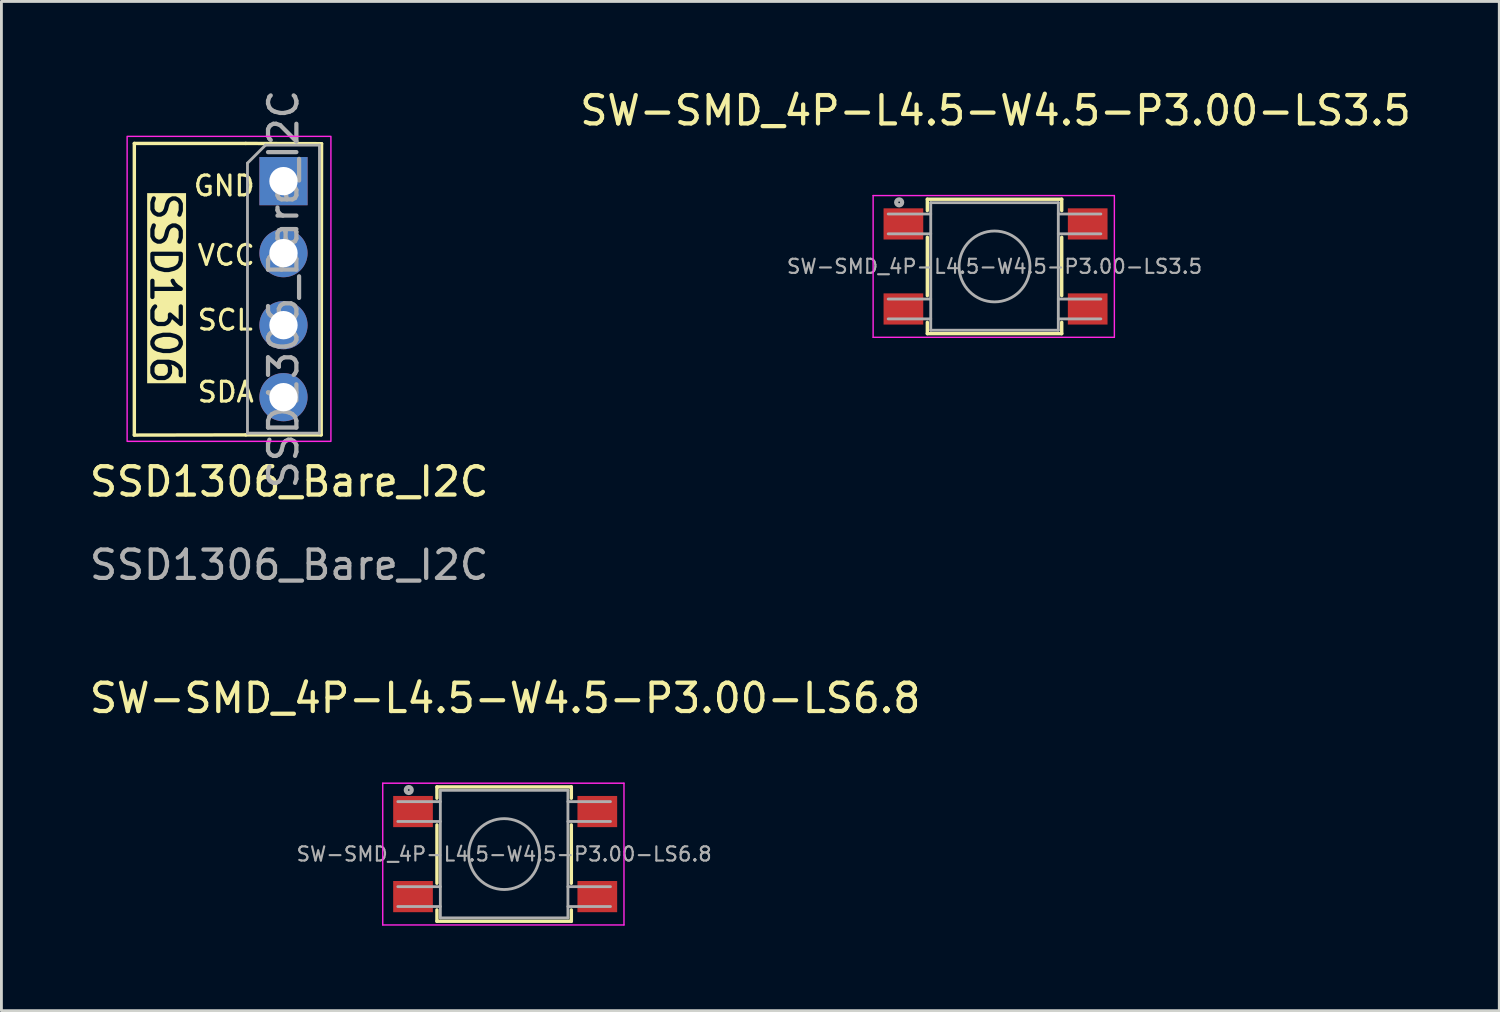
<source format=kicad_pcb>
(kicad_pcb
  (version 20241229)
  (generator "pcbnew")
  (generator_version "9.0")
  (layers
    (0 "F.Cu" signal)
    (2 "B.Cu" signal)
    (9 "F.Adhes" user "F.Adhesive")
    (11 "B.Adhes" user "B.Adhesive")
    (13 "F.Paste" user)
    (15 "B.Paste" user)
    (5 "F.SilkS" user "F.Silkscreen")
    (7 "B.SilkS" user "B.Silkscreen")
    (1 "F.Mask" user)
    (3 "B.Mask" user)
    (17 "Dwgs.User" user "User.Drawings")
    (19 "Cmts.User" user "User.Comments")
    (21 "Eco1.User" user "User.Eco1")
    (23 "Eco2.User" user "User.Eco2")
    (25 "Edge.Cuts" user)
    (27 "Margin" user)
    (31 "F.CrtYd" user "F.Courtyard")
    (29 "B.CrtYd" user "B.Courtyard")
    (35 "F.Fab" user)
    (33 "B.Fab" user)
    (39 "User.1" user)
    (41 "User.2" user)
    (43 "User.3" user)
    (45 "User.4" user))
  (footprint "SSD1306_Bare_I2C"
    (layer "F.Cu")
    (at 7.149 7.089)
    (property "Reference" "SSD1306_Bare_I2C" (at 0 6.85 0) (unlocked yes) (layer "F.SilkS") (effects (font (size 1 1) (thickness 0.15))))
    (attr through_hole)
    (fp_line (start -5.461 -5.08) (end -5.461 5.207) (stroke (width 0.12) (type default)) (layer "F.SilkS"))
    (fp_line (start -5.461 5.207) (end -1.53 5.2) (stroke (width 0.12) (type default)) (layer "F.SilkS"))
    (fp_line (start -1.53 -5.08) (end -5.461 -5.08) (stroke (width 0.12) (type default)) (layer "F.SilkS"))
    (fp_line (start -1.53 -5.08) (end 1.143 -5.071) (stroke (width 0.12) (type solid)) (layer "F.SilkS"))
    (fp_line (start -1.53 5.2) (end 1.13 5.2) (stroke (width 0.12) (type solid)) (layer "F.SilkS"))
    (fp_line (start 1.143 -5.071) (end 1.13 5.2) (stroke (width 0.12) (type solid)) (layer "F.SilkS"))
    (fp_rect (start -5.715 -5.329) (end 1.473 5.428) (stroke (width 0.05) (type default)) (fill no) (layer "F.CrtYd"))
    (fp_line (start -1.47 -4.385) (end -0.835 -5.02) (stroke (width 0.1) (type solid)) (layer "F.Fab"))
    (fp_line (start -1.47 5.14) (end -1.47 -4.385) (stroke (width 0.1) (type solid)) (layer "F.Fab"))
    (fp_line (start -0.835 -5.02) (end 1.07 -5.02) (stroke (width 0.1) (type solid)) (layer "F.Fab"))
    (fp_line (start 1.07 -5.02) (end 1.07 5.14) (stroke (width 0.1) (type solid)) (layer "F.Fab"))
    (fp_line (start 1.07 5.14) (end -1.47 5.14) (stroke (width 0.1) (type solid)) (layer "F.Fab"))
    (fp_text user "SCL" (at -3.293 1.559 0) (unlocked yes) (layer "F.SilkS") (effects (font (size 0.7 0.7) (thickness 0.11)) (justify left bottom)))
    (fp_text user "VCC" (at -3.293 -0.727 0) (unlocked yes) (layer "F.SilkS") (effects (font (size 0.7 0.7) (thickness 0.11)) (justify left bottom)))
    (fp_text user "SSD1306" (at -4.953 -3.429 270) (unlocked yes) (layer "F.SilkS" knockout) (effects (font (size 1 1) (thickness 0.15)) (justify left bottom)))
    (fp_text user "GND" (at -3.429 -3.175 0) (unlocked yes) (layer "F.SilkS") (effects (font (size 0.7 0.7) (thickness 0.11)) (justify left bottom)))
    (fp_text user "SDA" (at -3.293 4.099 0) (unlocked yes) (layer "F.SilkS") (effects (font (size 0.7 0.7) (thickness 0.11)) (justify left bottom)))
    (fp_text user "${REFERENCE}" (at 0 9.79 0) (unlocked yes) (layer "F.Fab") (effects (font (size 1 1) (thickness 0.15))))
    (fp_text user "${REFERENCE}" (at -0.2 0.06 90) (layer "F.Fab") (effects (font (size 1 1) (thickness 0.15))))
    (pad "1" thru_hole rect (at -0.2 -3.75) (size 1.7 1.7) (drill 1) (layers "*.Cu" "*.Mask"))
    (pad "2" thru_hole oval (at -0.2 -1.21) (size 1.7 1.7) (drill 1) (layers "*.Cu" "*.Mask"))
    (pad "3" thru_hole oval (at -0.2 1.33) (size 1.7 1.7) (drill 1) (layers "*.Cu" "*.Mask"))
    (pad "4" thru_hole oval (at -0.2 3.87) (size 1.7 1.7) (drill 1) (layers "*.Cu" "*.Mask")))
  (footprint "SW-SMD_4P-L4.5-W4.5-P3.00-LS3.5"
    (layer "F.Cu")
    (at 32.065 6.348)
    (property "Reference" "SW-SMD_4P-L4.5-W4.5-P3.00-LS3.5" (at 0 -5.5 0) (layer "F.SilkS") (effects (font (size 1 1) (thickness 0.15))))
    (attr smd)
    (fp_line (start -2.406 -2.37) (end -2.406 -1.97) (stroke (width 0.12) (type solid)) (layer "F.SilkS"))
    (fp_line (start -2.406 -2.37) (end 2.334 -2.37) (stroke (width 0.12) (type solid)) (layer "F.SilkS"))
    (fp_line (start -2.406 1.03) (end -2.406 -1.03) (stroke (width 0.12) (type solid)) (layer "F.SilkS"))
    (fp_line (start -2.406 2.37) (end -2.406 1.97) (stroke (width 0.12) (type solid)) (layer "F.SilkS"))
    (fp_line (start -2.406 2.37) (end 2.334 2.37) (stroke (width 0.12) (type solid)) (layer "F.SilkS"))
    (fp_line (start 2.334 -2.37) (end 2.334 -1.97) (stroke (width 0.12) (type solid)) (layer "F.SilkS"))
    (fp_line (start 2.334 1.03) (end 2.334 -1.03) (stroke (width 0.12) (type solid)) (layer "F.SilkS"))
    (fp_line (start 2.334 2.37) (end 2.334 1.97) (stroke (width 0.12) (type solid)) (layer "F.SilkS"))
    (fp_line (start -4.318 -2.5) (end 4.191 -2.5) (stroke (width 0.05) (type solid)) (layer "F.CrtYd"))
    (fp_line (start -4.318 2.5) (end -4.318 -2.5) (stroke (width 0.05) (type default)) (layer "F.CrtYd"))
    (fp_line (start 4.191 -2.5) (end 4.191 2.5) (stroke (width 0.05) (type default)) (layer "F.CrtYd"))
    (fp_line (start 4.191 2.5) (end -4.318 2.5) (stroke (width 0.05) (type solid)) (layer "F.CrtYd"))
    (fp_line (start -3.786 -1.15) (end -2.286 -1.15) (stroke (width 0.1) (type solid)) (layer "F.Fab"))
    (fp_line (start -3.786 1.85) (end -2.286 1.85) (stroke (width 0.1) (type solid)) (layer "F.Fab"))
    (fp_line (start -2.286 -2.25) (end 2.214 -2.25) (stroke (width 0.1) (type solid)) (layer "F.Fab"))
    (fp_line (start -2.286 -1.85) (end -3.786 -1.85) (stroke (width 0.1) (type solid)) (layer "F.Fab"))
    (fp_line (start -2.286 1.15) (end -3.786 1.15) (stroke (width 0.1) (type solid)) (layer "F.Fab"))
    (fp_line (start -2.286 2.25) (end -2.286 -2.25) (stroke (width 0.1) (type solid)) (layer "F.Fab"))
    (fp_line (start 2.214 -2.25) (end 2.214 2.25) (stroke (width 0.1) (type solid)) (layer "F.Fab"))
    (fp_line (start 2.214 -1.15) (end 3.714 -1.15) (stroke (width 0.1) (type solid)) (layer "F.Fab"))
    (fp_line (start 2.214 1.15) (end 3.714 1.15) (stroke (width 0.1) (type solid)) (layer "F.Fab"))
    (fp_line (start 2.214 2.25) (end -2.286 2.25) (stroke (width 0.1) (type solid)) (layer "F.Fab"))
    (fp_line (start 3.714 -1.85) (end 2.214 -1.85) (stroke (width 0.1) (type solid)) (layer "F.Fab"))
    (fp_line (start 3.714 1.85) (end 2.214 1.85) (stroke (width 0.1) (type solid)) (layer "F.Fab"))
    (fp_circle (center -3.4 -2.26) (end -3.37 -2.26) (stroke (width 0.15) (type solid)) (fill no) (layer "F.Fab"))
    (fp_circle (center -0.036 0) (end 1.214 0) (stroke (width 0.1) (type solid)) (fill no) (layer "F.Fab"))
    (fp_text user "${REFERENCE}" (at -0.036 0 0) (layer "F.Fab") (effects (font (size 0.5 0.5) (thickness 0.075))))
    (pad "1" smd rect (at -3.25 -1.5) (size 1.4 1.1) (layers "F.Cu" "F.Mask" "F.Paste"))
    (pad "2" smd rect (at 3.25 -1.5) (size 1.4 1.1) (layers "F.Cu" "F.Mask" "F.Paste"))
    (pad "3" smd rect (at -3.25 1.5) (size 1.4 1.1) (layers "F.Cu" "F.Mask" "F.Paste"))
    (pad "4" smd rect (at 3.25 1.5) (size 1.4 1.1) (layers "F.Cu" "F.Mask" "F.Paste")))
  (footprint "SW-SMD_4P-L4.5-W4.5-P3.00-LS6.8"
    (layer "F.Cu")
    (at 14.768 27.075)
    (property "Reference" "SW-SMD_4P-L4.5-W4.5-P3.00-LS6.8" (at 0 -5.5 0) (layer "F.SilkS") (effects (font (size 1 1) (thickness 0.15))))
    (attr smd)
    (fp_line (start -2.406 -2.37) (end -2.406 -1.97) (stroke (width 0.12) (type solid)) (layer "F.SilkS"))
    (fp_line (start -2.406 -2.37) (end 2.334 -2.37) (stroke (width 0.12) (type solid)) (layer "F.SilkS"))
    (fp_line (start -2.406 1.03) (end -2.406 -1.03) (stroke (width 0.12) (type solid)) (layer "F.SilkS"))
    (fp_line (start -2.406 2.37) (end -2.406 1.97) (stroke (width 0.12) (type solid)) (layer "F.SilkS"))
    (fp_line (start -2.406 2.37) (end 2.334 2.37) (stroke (width 0.12) (type solid)) (layer "F.SilkS"))
    (fp_line (start 2.334 -2.37) (end 2.334 -1.97) (stroke (width 0.12) (type solid)) (layer "F.SilkS"))
    (fp_line (start 2.334 1.03) (end 2.334 -1.03) (stroke (width 0.12) (type solid)) (layer "F.SilkS"))
    (fp_line (start 2.334 2.37) (end 2.334 1.97) (stroke (width 0.12) (type solid)) (layer "F.SilkS"))
    (fp_line (start -4.318 -2.5) (end 4.191 -2.5) (stroke (width 0.05) (type solid)) (layer "F.CrtYd"))
    (fp_line (start -4.318 2.5) (end -4.318 -2.5) (stroke (width 0.05) (type default)) (layer "F.CrtYd"))
    (fp_line (start 4.191 -2.5) (end 4.191 2.5) (stroke (width 0.05) (type default)) (layer "F.CrtYd"))
    (fp_line (start 4.191 2.5) (end -4.318 2.5) (stroke (width 0.05) (type solid)) (layer "F.CrtYd"))
    (fp_line (start -3.786 -1.15) (end -2.286 -1.15) (stroke (width 0.1) (type solid)) (layer "F.Fab"))
    (fp_line (start -3.786 1.85) (end -2.286 1.85) (stroke (width 0.1) (type solid)) (layer "F.Fab"))
    (fp_line (start -2.286 -2.25) (end 2.214 -2.25) (stroke (width 0.1) (type solid)) (layer "F.Fab"))
    (fp_line (start -2.286 -1.85) (end -3.786 -1.85) (stroke (width 0.1) (type solid)) (layer "F.Fab"))
    (fp_line (start -2.286 1.15) (end -3.786 1.15) (stroke (width 0.1) (type solid)) (layer "F.Fab"))
    (fp_line (start -2.286 2.25) (end -2.286 -2.25) (stroke (width 0.1) (type solid)) (layer "F.Fab"))
    (fp_line (start 2.214 -2.25) (end 2.214 2.25) (stroke (width 0.1) (type solid)) (layer "F.Fab"))
    (fp_line (start 2.214 -1.15) (end 3.714 -1.15) (stroke (width 0.1) (type solid)) (layer "F.Fab"))
    (fp_line (start 2.214 1.15) (end 3.714 1.15) (stroke (width 0.1) (type solid)) (layer "F.Fab"))
    (fp_line (start 2.214 2.25) (end -2.286 2.25) (stroke (width 0.1) (type solid)) (layer "F.Fab"))
    (fp_line (start 3.714 -1.85) (end 2.214 -1.85) (stroke (width 0.1) (type solid)) (layer "F.Fab"))
    (fp_line (start 3.714 1.85) (end 2.214 1.85) (stroke (width 0.1) (type solid)) (layer "F.Fab"))
    (fp_circle (center -3.4 -2.26) (end -3.37 -2.26) (stroke (width 0.15) (type solid)) (fill no) (layer "F.Fab"))
    (fp_circle (center -0.036 0) (end 1.214 0) (stroke (width 0.1) (type solid)) (fill no) (layer "F.Fab"))
    (fp_text user "${REFERENCE}" (at -0.036 0 0) (layer "F.Fab") (effects (font (size 0.5 0.5) (thickness 0.075))))
    (pad "1" smd rect (at -3.25 -1.5) (size 1.4 1.1) (layers "F.Cu" "F.Mask" "F.Paste"))
    (pad "2" smd rect (at 3.25 -1.5) (size 1.4 1.1) (layers "F.Cu" "F.Mask" "F.Paste"))
    (pad "3" smd rect (at -3.25 1.5) (size 1.4 1.1) (layers "F.Cu" "F.Mask" "F.Paste"))
    (pad "4" smd rect (at 3.25 1.5) (size 1.4 1.1) (layers "F.Cu" "F.Mask" "F.Paste")))
  (gr_rect
    (start -3 -3)
    (end 49.833 32.6)
    (stroke (width 0.1) (type default))
    (fill no)
    (layer "Edge.Cuts")))
</source>
